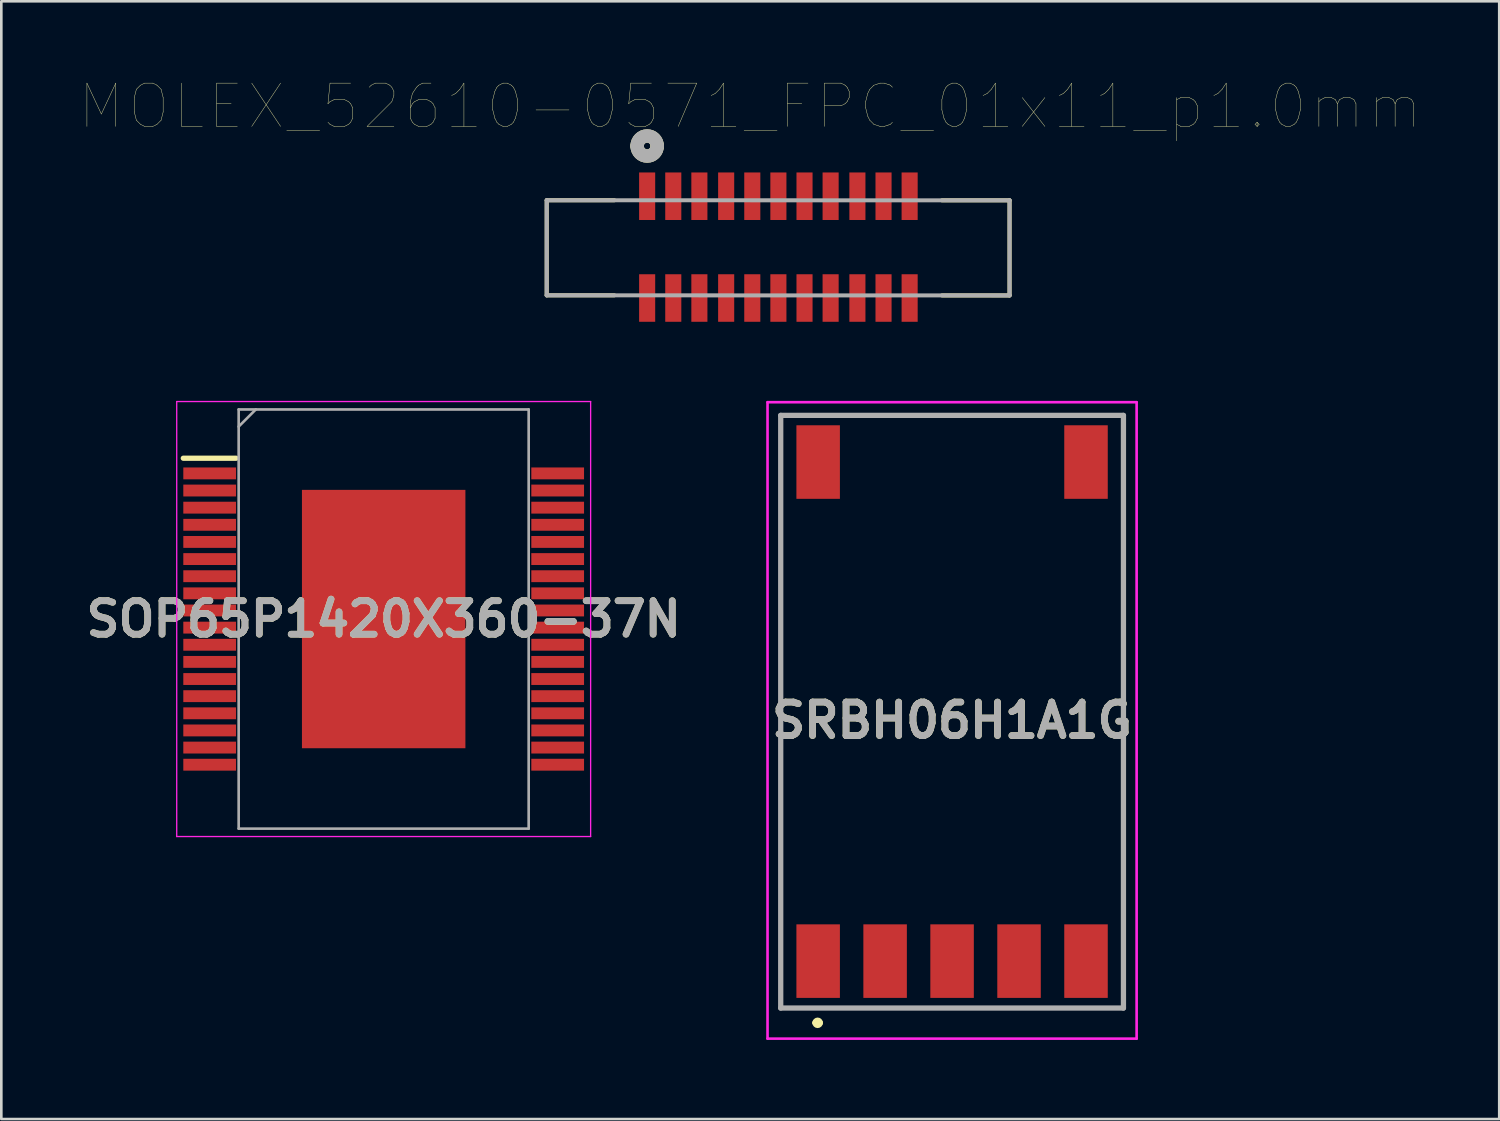
<source format=kicad_pcb>
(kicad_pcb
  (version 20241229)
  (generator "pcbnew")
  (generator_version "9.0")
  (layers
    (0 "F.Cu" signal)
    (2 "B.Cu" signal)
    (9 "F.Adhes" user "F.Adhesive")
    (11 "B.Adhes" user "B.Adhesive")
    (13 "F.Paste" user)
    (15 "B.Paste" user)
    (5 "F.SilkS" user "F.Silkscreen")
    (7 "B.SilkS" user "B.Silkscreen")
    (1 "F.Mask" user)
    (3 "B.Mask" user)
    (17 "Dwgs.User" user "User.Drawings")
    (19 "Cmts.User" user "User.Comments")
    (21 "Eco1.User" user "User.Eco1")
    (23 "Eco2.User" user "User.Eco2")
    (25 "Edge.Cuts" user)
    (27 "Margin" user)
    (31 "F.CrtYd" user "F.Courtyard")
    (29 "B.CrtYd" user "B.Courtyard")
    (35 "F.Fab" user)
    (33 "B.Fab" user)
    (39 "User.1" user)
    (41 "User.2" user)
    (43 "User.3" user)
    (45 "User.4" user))
  (footprint "MOLEX_52610-0571_FPC_01x11_p1.0mm"
    (layer "F.Cu")
    (at 26.465 6.454)
    (property "Reference" "MOLEX_52610-0571_FPC_01x11_p1.0mm" (at -1.056 -5.468 0) (layer "F.SilkS") (effects (font (size 1.641 1.641) (thickness 0.015))))
    (attr smd)
    (fp_line (start -8.778 -1.908) (end -8.778 1.698) (stroke (width 0.152) (type solid)) (layer "F.SilkS"))
    (fp_line (start -8.778 1.698) (end -6.212 1.698) (stroke (width 0.152) (type solid)) (layer "F.SilkS"))
    (fp_line (start -6.212 -1.908) (end -8.778 -1.908) (stroke (width 0.152) (type solid)) (layer "F.SilkS"))
    (fp_line (start 6.212 1.702) (end 8.778 1.702) (stroke (width 0.152) (type solid)) (layer "F.SilkS"))
    (fp_line (start 8.778 -1.905) (end 6.212 -1.905) (stroke (width 0.152) (type solid)) (layer "F.SilkS"))
    (fp_line (start 8.778 1.702) (end 8.778 -1.905) (stroke (width 0.152) (type solid)) (layer "F.SilkS"))
    (fp_arc (start -5.3488 -3.9658) (mid -4.9678 -4.3468) (end -4.5868 -3.9658) (stroke (width 0.508) (type solid)) (layer "F.SilkS"))
    (fp_arc (start -4.5868 -3.9658) (mid -4.9678 -3.5848) (end -5.3488 -3.9658) (stroke (width 0.508) (type solid)) (layer "F.SilkS"))
    (fp_line (start -8.778 -1.908) (end -8.778 1.698) (stroke (width 0.152) (type solid)) (layer "F.Fab"))
    (fp_line (start -8.778 1.698) (end 8.778 1.702) (stroke (width 0.152) (type solid)) (layer "F.Fab"))
    (fp_line (start 8.778 -1.905) (end -8.778 -1.908) (stroke (width 0.152) (type solid)) (layer "F.Fab"))
    (fp_line (start 8.778 1.702) (end 8.778 -1.905) (stroke (width 0.152) (type solid)) (layer "F.Fab"))
    (fp_arc (start -5.3488 -3.9658) (mid -4.9678 -4.3468) (end -4.5868 -3.9658) (stroke (width 0.508) (type solid)) (layer "F.Fab"))
    (fp_arc (start -4.5868 -3.9658) (mid -4.9678 -3.5848) (end -5.3488 -3.9658) (stroke (width 0.508) (type solid)) (layer "F.Fab"))
    (pad "1" smd rect (at -4.968 -2.061) (size 0.61 1.803) (layers "F.Cu" "F.Mask" "F.Paste"))
    (pad "1" smd rect (at -4.968 1.8) (size 0.61 1.803) (layers "F.Cu" "F.Mask" "F.Paste"))
    (pad "2" smd rect (at -3.977 -2.061) (size 0.61 1.803) (layers "F.Cu" "F.Mask" "F.Paste"))
    (pad "2" smd rect (at -3.977 1.8) (size 0.61 1.803) (layers "F.Cu" "F.Mask" "F.Paste"))
    (pad "3" smd rect (at -2.987 -2.061) (size 0.61 1.803) (layers "F.Cu" "F.Mask" "F.Paste"))
    (pad "3" smd rect (at -2.987 1.8) (size 0.61 1.803) (layers "F.Cu" "F.Mask" "F.Paste"))
    (pad "4" smd rect (at -1.971 -2.061) (size 0.61 1.803) (layers "F.Cu" "F.Mask" "F.Paste"))
    (pad "4" smd rect (at -1.971 1.8) (size 0.61 1.803) (layers "F.Cu" "F.Mask" "F.Paste"))
    (pad "5" smd rect (at -0.98 -2.061) (size 0.61 1.803) (layers "F.Cu" "F.Mask" "F.Paste"))
    (pad "5" smd rect (at -0.98 1.8) (size 0.61 1.803) (layers "F.Cu" "F.Mask" "F.Paste"))
    (pad "6" smd rect (at 0.01 -2.061) (size 0.61 1.803) (layers "F.Cu" "F.Mask" "F.Paste"))
    (pad "6" smd rect (at 0.01 1.8) (size 0.61 1.803) (layers "F.Cu" "F.Mask" "F.Paste"))
    (pad "7" smd rect (at 1.001 -2.061) (size 0.61 1.803) (layers "F.Cu" "F.Mask" "F.Paste"))
    (pad "7" smd rect (at 1.001 1.8) (size 0.61 1.803) (layers "F.Cu" "F.Mask" "F.Paste"))
    (pad "8" smd rect (at 1.991 -2.061) (size 0.61 1.803) (layers "F.Cu" "F.Mask" "F.Paste"))
    (pad "8" smd rect (at 1.991 1.8) (size 0.61 1.803) (layers "F.Cu" "F.Mask" "F.Paste"))
    (pad "9" smd rect (at 3.007 -2.061) (size 0.61 1.803) (layers "F.Cu" "F.Mask" "F.Paste"))
    (pad "9" smd rect (at 3.007 1.8) (size 0.61 1.803) (layers "F.Cu" "F.Mask" "F.Paste"))
    (pad "10" smd rect (at 3.998 -2.061) (size 0.61 1.803) (layers "F.Cu" "F.Mask" "F.Paste"))
    (pad "10" smd rect (at 3.998 1.8) (size 0.61 1.803) (layers "F.Cu" "F.Mask" "F.Paste"))
    (pad "11" smd rect (at 4.988 -2.061) (size 0.61 1.803) (layers "F.Cu" "F.Mask" "F.Paste"))
    (pad "11" smd rect (at 4.988 1.8) (size 0.61 1.803) (layers "F.Cu" "F.Mask" "F.Paste")))
  (footprint "SOP65P1420X360-37N"
    (layer "F.Cu")
    (at 11.503 20.431)
    (property "Reference" "SOP65P1420X360-37N" (at 0 0 0) (layer "F.SilkS") (effects (font (size 1.27 1.27) (thickness 0.254))))
    (attr smd)
    (fp_line (start -7.6 -6.1) (end -5.6 -6.1) (stroke (width 0.2) (type solid)) (layer "F.SilkS"))
    (fp_line (start -7.85 -8.25) (end 7.85 -8.25) (stroke (width 0.05) (type solid)) (layer "F.CrtYd"))
    (fp_line (start -7.85 8.25) (end -7.85 -8.25) (stroke (width 0.05) (type solid)) (layer "F.CrtYd"))
    (fp_line (start 7.85 -8.25) (end 7.85 8.25) (stroke (width 0.05) (type solid)) (layer "F.CrtYd"))
    (fp_line (start 7.85 8.25) (end -7.85 8.25) (stroke (width 0.05) (type solid)) (layer "F.CrtYd"))
    (fp_line (start -5.5 -7.95) (end 5.5 -7.95) (stroke (width 0.1) (type solid)) (layer "F.Fab"))
    (fp_line (start -5.5 -7.3) (end -4.85 -7.95) (stroke (width 0.1) (type solid)) (layer "F.Fab"))
    (fp_line (start -5.5 7.95) (end -5.5 -7.95) (stroke (width 0.1) (type solid)) (layer "F.Fab"))
    (fp_line (start 5.5 -7.95) (end 5.5 7.95) (stroke (width 0.1) (type solid)) (layer "F.Fab"))
    (fp_line (start 5.5 7.95) (end -5.5 7.95) (stroke (width 0.1) (type solid)) (layer "F.Fab"))
    (fp_text user "${REFERENCE}" (at 0 0 0) (layer "F.Fab") (effects (font (size 1.27 1.27) (thickness 0.254))))
    (pad "1" smd rect (at -6.6 -5.525 90) (size 0.45 2) (layers "F.Cu" "F.Mask" "F.Paste"))
    (pad "2" smd rect (at -6.6 -4.875 90) (size 0.45 2) (layers "F.Cu" "F.Mask" "F.Paste"))
    (pad "3" smd rect (at -6.6 -4.225 90) (size 0.45 2) (layers "F.Cu" "F.Mask" "F.Paste"))
    (pad "4" smd rect (at -6.6 -3.575 90) (size 0.45 2) (layers "F.Cu" "F.Mask" "F.Paste"))
    (pad "5" smd rect (at -6.6 -2.925 90) (size 0.45 2) (layers "F.Cu" "F.Mask" "F.Paste"))
    (pad "6" smd rect (at -6.6 -2.275 90) (size 0.45 2) (layers "F.Cu" "F.Mask" "F.Paste"))
    (pad "7" smd rect (at -6.6 -1.625 90) (size 0.45 2) (layers "F.Cu" "F.Mask" "F.Paste"))
    (pad "8" smd rect (at -6.6 -0.975 90) (size 0.45 2) (layers "F.Cu" "F.Mask" "F.Paste"))
    (pad "9" smd rect (at -6.6 -0.325 90) (size 0.45 2) (layers "F.Cu" "F.Mask" "F.Paste"))
    (pad "10" smd rect (at -6.6 0.325 90) (size 0.45 2) (layers "F.Cu" "F.Mask" "F.Paste"))
    (pad "11" smd rect (at -6.6 0.975 90) (size 0.45 2) (layers "F.Cu" "F.Mask" "F.Paste"))
    (pad "12" smd rect (at -6.6 1.625 90) (size 0.45 2) (layers "F.Cu" "F.Mask" "F.Paste"))
    (pad "13" smd rect (at -6.6 2.275 90) (size 0.45 2) (layers "F.Cu" "F.Mask" "F.Paste"))
    (pad "14" smd rect (at -6.6 2.925 90) (size 0.45 2) (layers "F.Cu" "F.Mask" "F.Paste"))
    (pad "15" smd rect (at -6.6 3.575 90) (size 0.45 2) (layers "F.Cu" "F.Mask" "F.Paste"))
    (pad "16" smd rect (at -6.6 4.225 90) (size 0.45 2) (layers "F.Cu" "F.Mask" "F.Paste"))
    (pad "17" smd rect (at -6.6 4.875 90) (size 0.45 2) (layers "F.Cu" "F.Mask" "F.Paste"))
    (pad "18" smd rect (at -6.6 5.525 90) (size 0.45 2) (layers "F.Cu" "F.Mask" "F.Paste"))
    (pad "19" smd rect (at 6.6 5.525 90) (size 0.45 2) (layers "F.Cu" "F.Mask" "F.Paste"))
    (pad "20" smd rect (at 6.6 4.875 90) (size 0.45 2) (layers "F.Cu" "F.Mask" "F.Paste"))
    (pad "21" smd rect (at 6.6 4.225 90) (size 0.45 2) (layers "F.Cu" "F.Mask" "F.Paste"))
    (pad "22" smd rect (at 6.6 3.575 90) (size 0.45 2) (layers "F.Cu" "F.Mask" "F.Paste"))
    (pad "23" smd rect (at 6.6 2.925 90) (size 0.45 2) (layers "F.Cu" "F.Mask" "F.Paste"))
    (pad "24" smd rect (at 6.6 2.275 90) (size 0.45 2) (layers "F.Cu" "F.Mask" "F.Paste"))
    (pad "25" smd rect (at 6.6 1.625 90) (size 0.45 2) (layers "F.Cu" "F.Mask" "F.Paste"))
    (pad "26" smd rect (at 6.6 0.975 90) (size 0.45 2) (layers "F.Cu" "F.Mask" "F.Paste"))
    (pad "27" smd rect (at 6.6 0.325 90) (size 0.45 2) (layers "F.Cu" "F.Mask" "F.Paste"))
    (pad "28" smd rect (at 6.6 -0.325 90) (size 0.45 2) (layers "F.Cu" "F.Mask" "F.Paste"))
    (pad "29" smd rect (at 6.6 -0.975 90) (size 0.45 2) (layers "F.Cu" "F.Mask" "F.Paste"))
    (pad "30" smd rect (at 6.6 -1.625 90) (size 0.45 2) (layers "F.Cu" "F.Mask" "F.Paste"))
    (pad "31" smd rect (at 6.6 -2.275 90) (size 0.45 2) (layers "F.Cu" "F.Mask" "F.Paste"))
    (pad "32" smd rect (at 6.6 -2.925 90) (size 0.45 2) (layers "F.Cu" "F.Mask" "F.Paste"))
    (pad "33" smd rect (at 6.6 -3.575 90) (size 0.45 2) (layers "F.Cu" "F.Mask" "F.Paste"))
    (pad "34" smd rect (at 6.6 -4.225 90) (size 0.45 2) (layers "F.Cu" "F.Mask" "F.Paste"))
    (pad "35" smd rect (at 6.6 -4.875 90) (size 0.45 2) (layers "F.Cu" "F.Mask" "F.Paste"))
    (pad "36" smd rect (at 6.6 -5.525 90) (size 0.45 2) (layers "F.Cu" "F.Mask" "F.Paste"))
    (pad "37" smd rect (at 0 0) (size 6.2 9.8) (layers "F.Cu" "F.Mask" "F.Paste")))
  (footprint "SRBH06H1A1G"
    (layer "F.Cu")
    (at 33.063 23.946)
    (property "Reference" "SRBH06H1A1G" (at 0 0.33 0) (layer "F.SilkS") (effects (font (size 1.27 1.27) (thickness 0.254))))
    (attr smd)
    (fp_line (start -6.5 -11.24) (end -6.5 11.24) (stroke (width 0.1) (type solid)) (layer "F.SilkS"))
    (fp_line (start -6.5 11.24) (end 6.5 11.24) (stroke (width 0.1) (type solid)) (layer "F.SilkS"))
    (fp_line (start -5.2 11.8) (end -5.2 11.8) (stroke (width 0.2) (type solid)) (layer "F.SilkS"))
    (fp_line (start -5 11.8) (end -5 11.8) (stroke (width 0.2) (type solid)) (layer "F.SilkS"))
    (fp_line (start -3.66 -11.24) (end -6.5 -11.24) (stroke (width 0.1) (type solid)) (layer "F.SilkS"))
    (fp_line (start 6.5 -11.24) (end 3.66 -11.24) (stroke (width 0.1) (type solid)) (layer "F.SilkS"))
    (fp_line (start 6.5 11.24) (end 6.5 -11.24) (stroke (width 0.1) (type solid)) (layer "F.SilkS"))
    (fp_arc (start -5.2 11.8) (mid -5.1 11.7) (end -5 11.8) (stroke (width 0.2) (type solid)) (layer "F.SilkS"))
    (fp_arc (start -5 11.8) (mid -5.1 11.9) (end -5.2 11.8) (stroke (width 0.2) (type solid)) (layer "F.SilkS"))
    (fp_line (start -7 -11.74) (end 7 -11.74) (stroke (width 0.1) (type solid)) (layer "F.CrtYd"))
    (fp_line (start -7 12.4) (end -7 -11.74) (stroke (width 0.1) (type solid)) (layer "F.CrtYd"))
    (fp_line (start 7 -11.74) (end 7 12.4) (stroke (width 0.1) (type solid)) (layer "F.CrtYd"))
    (fp_line (start 7 12.4) (end -7 12.4) (stroke (width 0.1) (type solid)) (layer "F.CrtYd"))
    (fp_line (start -6.5 -11.24) (end 6.5 -11.24) (stroke (width 0.2) (type solid)) (layer "F.Fab"))
    (fp_line (start -6.5 11.24) (end -6.5 -11.24) (stroke (width 0.2) (type solid)) (layer "F.Fab"))
    (fp_line (start 6.5 -11.24) (end 6.5 11.24) (stroke (width 0.2) (type solid)) (layer "F.Fab"))
    (fp_line (start 6.5 11.24) (end -6.5 11.24) (stroke (width 0.2) (type solid)) (layer "F.Fab"))
    (fp_text user "${REFERENCE}" (at 0 0.33 0) (layer "F.Fab") (effects (font (size 1.27 1.27) (thickness 0.254))))
    (pad "1" smd rect (at -5.08 9.46) (size 1.65 2.79) (layers "F.Cu" "F.Mask" "F.Paste"))
    (pad "2" smd rect (at -2.54 9.46) (size 1.65 2.79) (layers "F.Cu" "F.Mask" "F.Paste"))
    (pad "3" smd rect (at 0 9.46) (size 1.65 2.79) (layers "F.Cu" "F.Mask" "F.Paste"))
    (pad "4" smd rect (at 2.54 9.46) (size 1.65 2.79) (layers "F.Cu" "F.Mask" "F.Paste"))
    (pad "5" smd rect (at 5.08 9.46) (size 1.65 2.79) (layers "F.Cu" "F.Mask" "F.Paste"))
    (pad "6" smd rect (at 5.08 -9.47) (size 1.65 2.79) (layers "F.Cu" "F.Mask" "F.Paste"))
    (pad "7" smd rect (at -5.08 -9.47) (size 1.65 2.79) (layers "F.Cu" "F.Mask" "F.Paste")))
  (gr_rect
    (start -3 -3)
    (end 53.817 39.396)
    (stroke (width 0.1) (type default))
    (fill no)
    (layer "Edge.Cuts")))
</source>
